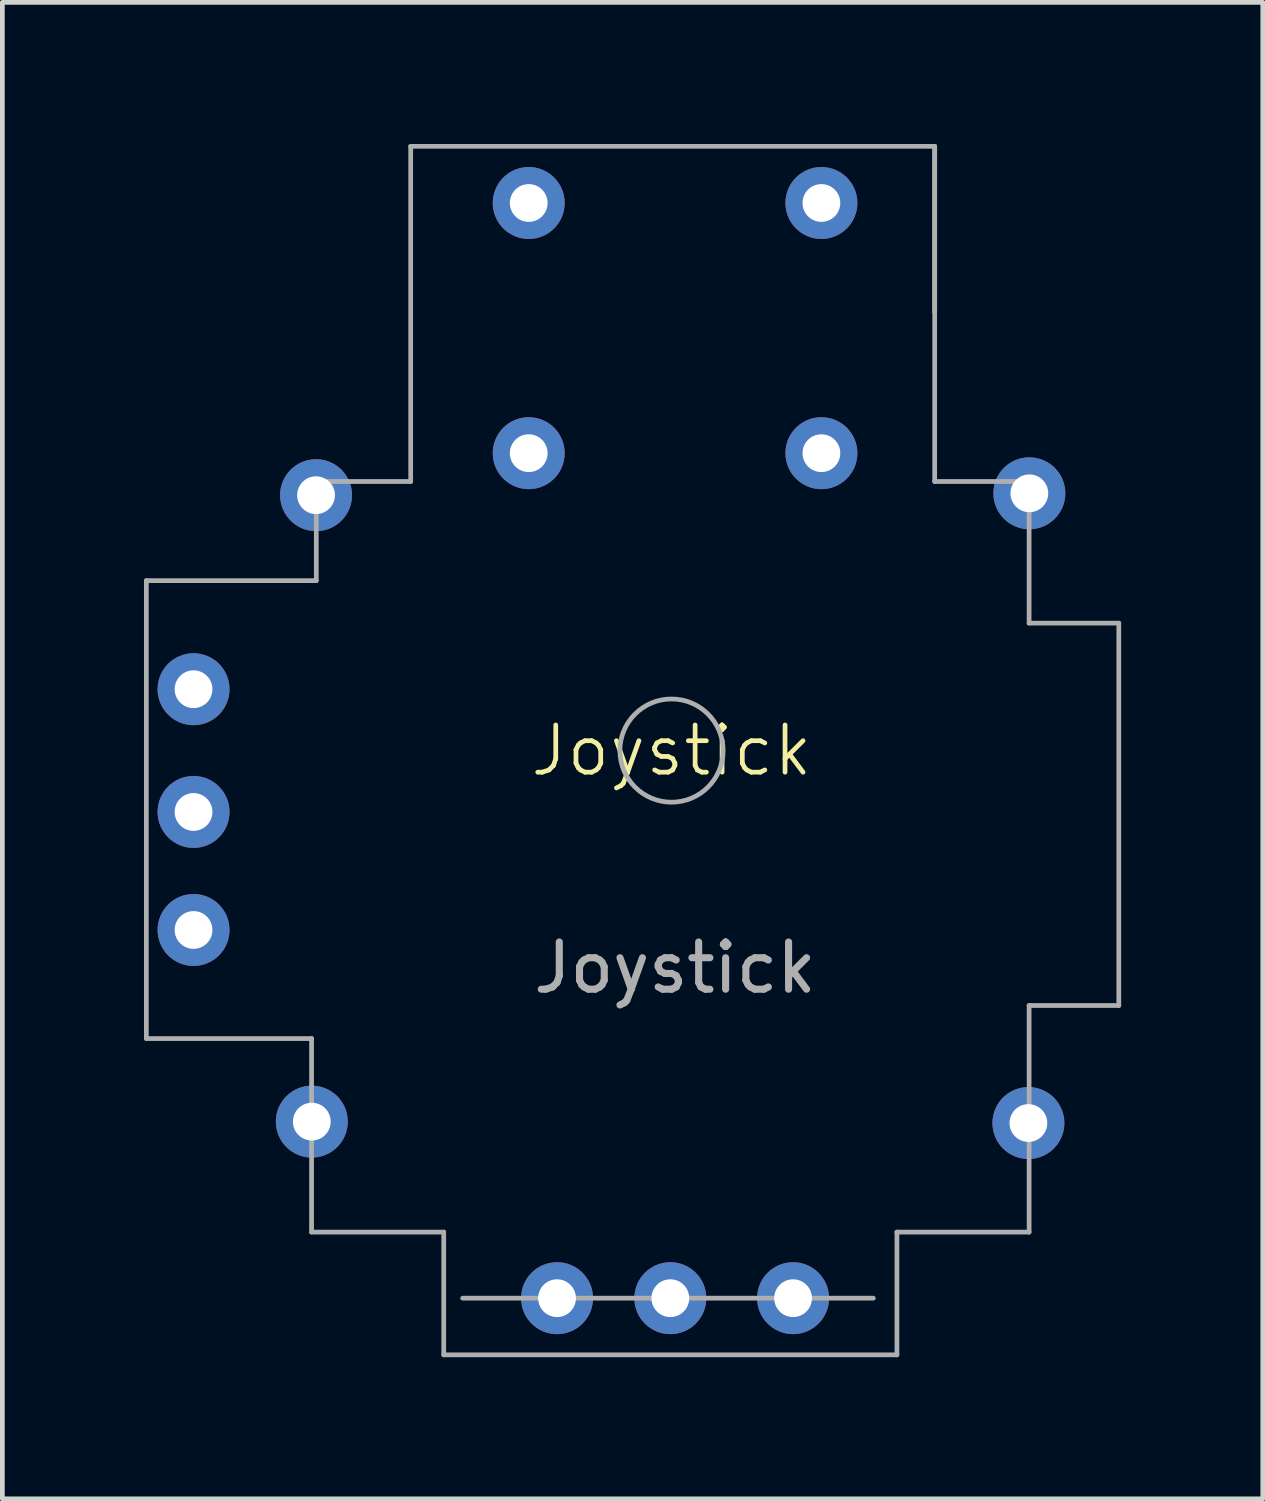
<source format=kicad_pcb>
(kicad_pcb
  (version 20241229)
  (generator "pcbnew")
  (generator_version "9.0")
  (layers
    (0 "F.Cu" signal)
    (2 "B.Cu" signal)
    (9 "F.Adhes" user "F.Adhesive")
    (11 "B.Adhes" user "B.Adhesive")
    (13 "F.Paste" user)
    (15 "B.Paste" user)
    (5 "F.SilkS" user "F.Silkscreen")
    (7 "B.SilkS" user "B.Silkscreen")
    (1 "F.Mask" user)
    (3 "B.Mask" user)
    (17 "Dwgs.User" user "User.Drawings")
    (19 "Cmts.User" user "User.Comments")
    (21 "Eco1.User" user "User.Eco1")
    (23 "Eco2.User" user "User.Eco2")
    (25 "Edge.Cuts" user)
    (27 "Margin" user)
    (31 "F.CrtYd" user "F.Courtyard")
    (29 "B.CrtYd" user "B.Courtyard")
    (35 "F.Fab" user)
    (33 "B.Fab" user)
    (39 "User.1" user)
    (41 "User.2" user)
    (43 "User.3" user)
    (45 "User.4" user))
  (footprint "Joystick"
    (layer "F.Cu")
    (at 11.175 12.85)
    (property "Reference" "Joystick" (at 0 0 0) (unlocked yes) (layer "F.SilkS") (effects (font (size 1 1) (thickness 0.1))))
    (attr through_hole)
    (fp_line (start -11.125 -3.6) (end -11.125 6.1) (stroke (width 0.1) (type default)) (layer "F.Fab"))
    (fp_line (start -11.125 6.1) (end -7.625 6.1) (stroke (width 0.1) (type default)) (layer "F.Fab"))
    (fp_line (start -7.625 6.1) (end -7.625 10.2) (stroke (width 0.1) (type default)) (layer "F.Fab"))
    (fp_line (start -7.625 10.2) (end -4.825 10.2) (stroke (width 0.1) (type default)) (layer "F.Fab"))
    (fp_line (start -7.525 -5.7) (end -7.525 -3.6) (stroke (width 0.1) (type default)) (layer "F.Fab"))
    (fp_line (start -7.525 -3.6) (end -11.125 -3.6) (stroke (width 0.1) (type default)) (layer "F.Fab"))
    (fp_line (start -5.525 -12.8) (end 5.575 -12.8) (stroke (width 0.1) (type default)) (layer "F.Fab"))
    (fp_line (start -5.525 -5.7) (end -7.525 -5.7) (stroke (width 0.1) (type default)) (layer "F.Fab"))
    (fp_line (start -5.525 -5.7) (end -5.525 -12.8) (stroke (width 0.1) (type default)) (layer "F.Fab"))
    (fp_line (start -4.825 10.2) (end -4.825 12.8) (stroke (width 0.1) (type default)) (layer "F.Fab"))
    (fp_line (start -4.825 12.8) (end 4.775 12.8) (stroke (width 0.1) (type default)) (layer "F.Fab"))
    (fp_line (start -0.425 11.6) (end -4.425 11.6) (stroke (width 0.1) (type default)) (layer "F.Fab"))
    (fp_line (start -0.425 11.6) (end 4.275 11.6) (stroke (width 0.1) (type default)) (layer "F.Fab"))
    (fp_line (start 4.775 10.2) (end 7.575 10.2) (stroke (width 0.1) (type default)) (layer "F.Fab"))
    (fp_line (start 4.775 12.8) (end 4.775 10.2) (stroke (width 0.1) (type default)) (layer "F.Fab"))
    (fp_line (start 5.575 -12.8) (end 5.575 -9.3) (stroke (width 0.1) (type default)) (layer "F.Fab"))
    (fp_line (start 5.575 -9.3) (end 5.575 -12.8) (stroke (width 0.1) (type default)) (layer "F.Fab"))
    (fp_line (start 5.575 -9.3) (end 5.575 -5.7) (stroke (width 0.1) (type default)) (layer "F.Fab"))
    (fp_line (start 5.575 -5.7) (end 7.575 -5.7) (stroke (width 0.1) (type default)) (layer "F.Fab"))
    (fp_line (start 7.575 -2.7) (end 7.575 -5.7) (stroke (width 0.1) (type default)) (layer "F.Fab"))
    (fp_line (start 7.575 5.4) (end 9.475 5.4) (stroke (width 0.1) (type default)) (layer "F.Fab"))
    (fp_line (start 7.575 10.2) (end 7.575 5.4) (stroke (width 0.1) (type default)) (layer "F.Fab"))
    (fp_line (start 9.475 -2.7) (end 7.575 -2.7) (stroke (width 0.1) (type default)) (layer "F.Fab"))
    (fp_line (start 9.475 5.4) (end 9.475 -2.7) (stroke (width 0.1) (type default)) (layer "F.Fab"))
    (fp_circle (center 0 0) (end 1.075 -0.2) (stroke (width 0.1) (type default)) (fill no) (layer "F.Fab"))
    (fp_text user "${REFERENCE}" (at 0.075 4.6 0) (unlocked yes) (layer "F.Fab") (effects (font (size 1 1) (thickness 0.15))))
    (pad "1" thru_hole circle (at -10.125 -1.3) (size 1.524 1.524) (drill 0.8) (layers "*.Cu" "*.Mask"))
    (pad "2" thru_hole circle (at -10.125 1.3) (size 1.524 1.524) (drill 0.8) (layers "*.Cu" "*.Mask"))
    (pad "3" thru_hole circle (at -10.125 3.8) (size 1.524 1.524) (drill 0.8) (layers "*.Cu" "*.Mask"))
    (pad "4" thru_hole circle (at -2.425 11.6) (size 1.524 1.524) (drill 0.8) (layers "*.Cu" "*.Mask"))
    (pad "5" thru_hole circle (at -0.025 11.6) (size 1.524 1.524) (drill 0.8) (layers "*.Cu" "*.Mask"))
    (pad "6" thru_hole circle (at 2.575 11.6) (size 1.524 1.524) (drill 0.8) (layers "*.Cu" "*.Mask"))
    (pad "7" thru_hole circle (at -3.025 -6.3) (size 1.524 1.524) (drill 0.8) (layers "*.Cu" "*.Mask"))
    (pad "8" thru_hole circle (at 3.175 -6.3) (size 1.524 1.524) (drill 0.8) (layers "*.Cu" "*.Mask"))
    (pad "9" thru_hole circle (at -3.025 -11.6) (size 1.524 1.524) (drill 0.8) (layers "*.Cu" "*.Mask"))
    (pad "10" thru_hole circle (at 3.175 -11.6) (size 1.524 1.524) (drill 0.8) (layers "*.Cu" "*.Mask"))
    (pad "11" thru_hole circle (at -7.53 -5.41) (size 1.524 1.524) (drill 0.8) (layers "*.Cu" "*.Mask"))
    (pad "12" thru_hole circle (at 7.58 -5.45) (size 1.524 1.524) (drill 0.8) (layers "*.Cu" "*.Mask"))
    (pad "13" thru_hole circle (at 7.56 7.89) (size 1.524 1.524) (drill 0.8) (layers "*.Cu" "*.Mask"))
    (pad "14" thru_hole circle (at -7.62 7.86) (size 1.524 1.524) (drill 0.8) (layers "*.Cu" "*.Mask")))
  (gr_rect
    (start -3 -3)
    (end 23.7 28.7)
    (stroke (width 0.1) (type default))
    (fill no)
    (layer "Edge.Cuts")))
</source>
